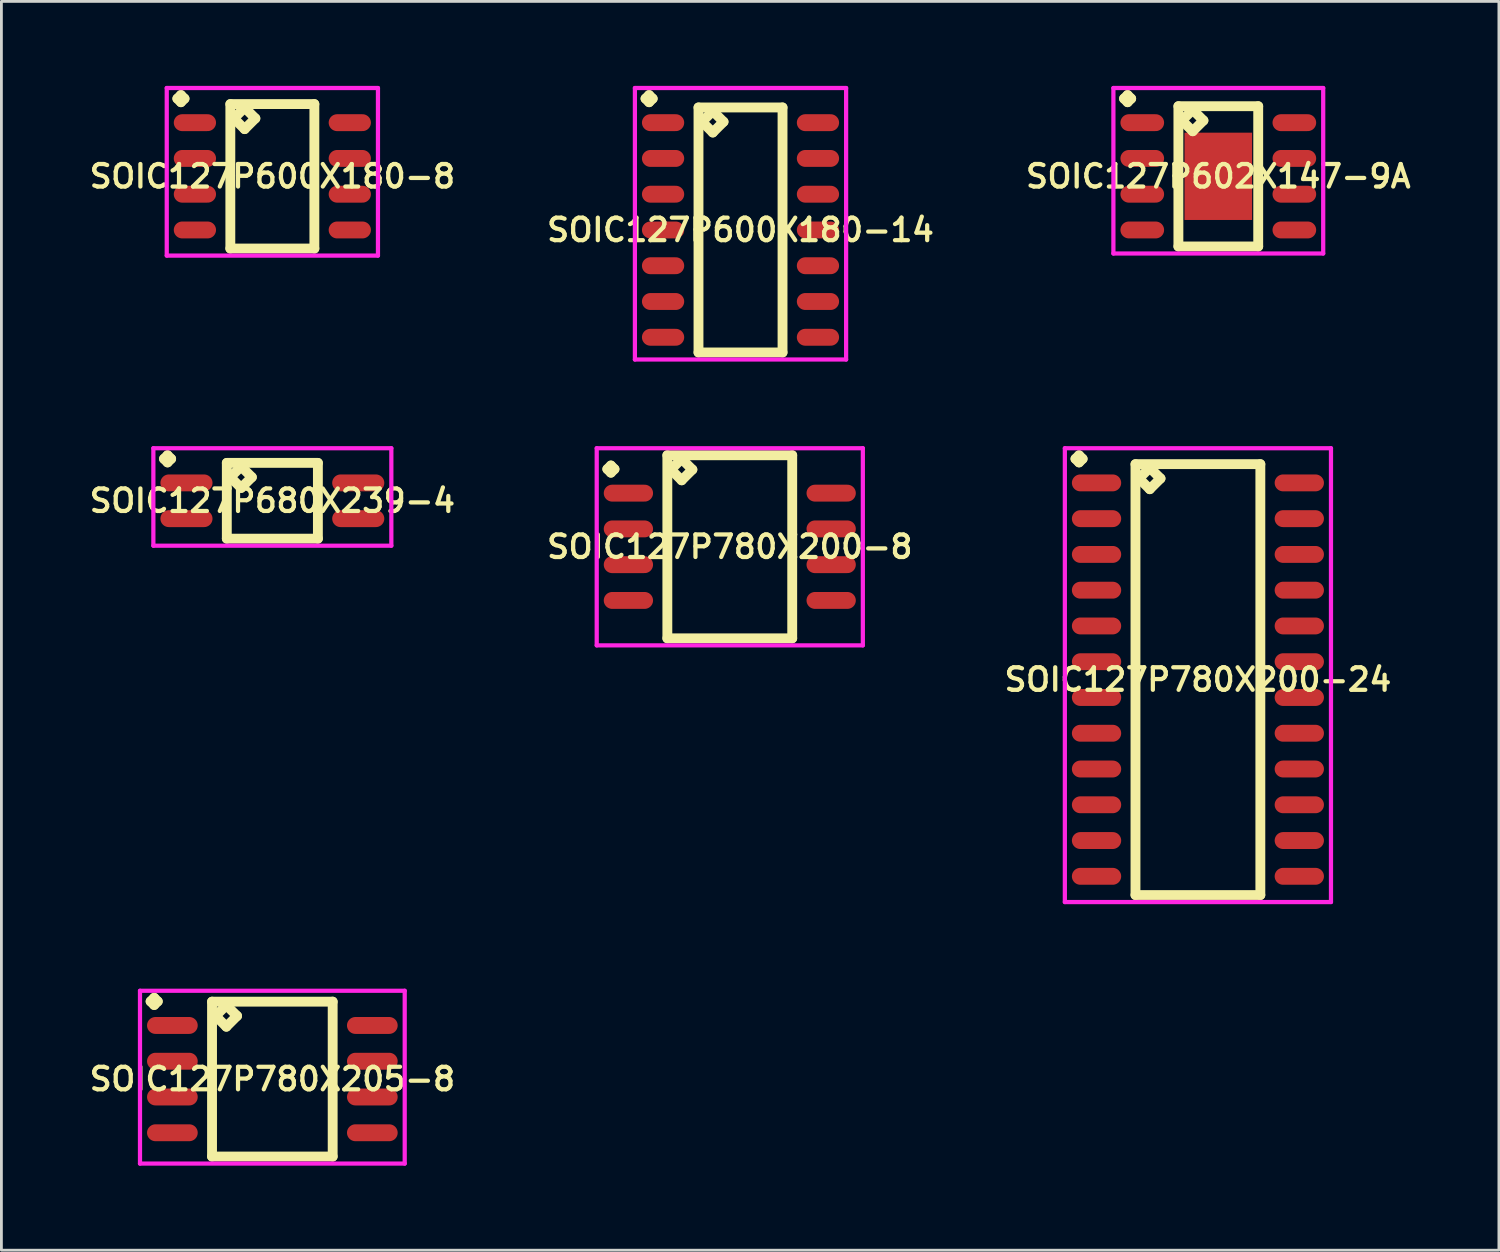
<source format=kicad_pcb>
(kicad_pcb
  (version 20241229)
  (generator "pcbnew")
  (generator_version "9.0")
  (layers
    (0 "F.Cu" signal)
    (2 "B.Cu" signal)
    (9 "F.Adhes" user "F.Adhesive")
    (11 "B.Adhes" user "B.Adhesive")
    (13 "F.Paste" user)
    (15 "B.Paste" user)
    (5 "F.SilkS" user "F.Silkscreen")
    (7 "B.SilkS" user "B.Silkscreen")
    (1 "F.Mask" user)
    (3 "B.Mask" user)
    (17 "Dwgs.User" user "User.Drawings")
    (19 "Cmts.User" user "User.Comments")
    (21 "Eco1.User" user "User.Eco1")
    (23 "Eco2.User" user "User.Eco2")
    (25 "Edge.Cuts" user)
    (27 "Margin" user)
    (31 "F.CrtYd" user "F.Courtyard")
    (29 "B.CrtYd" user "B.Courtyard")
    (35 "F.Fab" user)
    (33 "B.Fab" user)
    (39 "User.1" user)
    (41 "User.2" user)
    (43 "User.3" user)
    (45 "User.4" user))
  (footprint "SOIC127P602X147-9A"
    (layer "F.Cu")
    (at 40.211 3.211)
    (property "Reference" "SOIC127P602X147-9A" (at 0 0 0) (layer "F.SilkS") (effects (font (size 0.8 0.8) (thickness 0.15))))
    (attr smd)
    (fp_line (start -3.348 -2.759) (end -3.221 -2.886) (stroke (width 0.35) (type solid)) (layer "F.SilkS"))
    (fp_line (start -3.221 -2.886) (end -3.094 -2.759) (stroke (width 0.35) (type solid)) (layer "F.SilkS"))
    (fp_line (start -3.221 -2.632) (end -3.348 -2.759) (stroke (width 0.35) (type solid)) (layer "F.SilkS"))
    (fp_line (start -3.094 -2.759) (end -3.221 -2.632) (stroke (width 0.35) (type solid)) (layer "F.SilkS"))
    (fp_line (start -1.417 -2.49) (end -1.417 2.49) (stroke (width 0.35) (type solid)) (layer "F.SilkS"))
    (fp_line (start -1.417 2.49) (end 1.417 2.49) (stroke (width 0.35) (type solid)) (layer "F.SilkS"))
    (fp_line (start -1.29 -1.982) (end -0.909 -2.363) (stroke (width 0.35) (type solid)) (layer "F.SilkS"))
    (fp_line (start -0.909 -2.363) (end -0.528 -1.982) (stroke (width 0.35) (type solid)) (layer "F.SilkS"))
    (fp_line (start -0.909 -1.601) (end -1.29 -1.982) (stroke (width 0.35) (type solid)) (layer "F.SilkS"))
    (fp_line (start -0.528 -1.982) (end -0.909 -1.601) (stroke (width 0.35) (type solid)) (layer "F.SilkS"))
    (fp_line (start 1.417 -2.49) (end -1.417 -2.49) (stroke (width 0.35) (type solid)) (layer "F.SilkS"))
    (fp_line (start 1.417 2.49) (end 1.417 -2.49) (stroke (width 0.35) (type solid)) (layer "F.SilkS"))
    (fp_line (start -3.725 -3.136) (end 3.725 -3.136) (stroke (width 0.15) (type solid)) (layer "F.CrtYd"))
    (fp_line (start -3.725 2.74) (end -3.725 -3.136) (stroke (width 0.15) (type solid)) (layer "F.CrtYd"))
    (fp_line (start 3.725 -3.136) (end 3.725 2.74) (stroke (width 0.15) (type solid)) (layer "F.CrtYd"))
    (fp_line (start 3.725 2.74) (end -3.725 2.74) (stroke (width 0.15) (type solid)) (layer "F.CrtYd"))
    (pad "1" smd oval (at -2.7 -1.905) (size 1.55 0.6) (layers "F.Cu" "F.Mask" "F.Paste"))
    (pad "2" smd oval (at -2.7 -0.635) (size 1.55 0.6) (layers "F.Cu" "F.Mask" "F.Paste"))
    (pad "3" smd oval (at -2.7 0.635) (size 1.55 0.6) (layers "F.Cu" "F.Mask" "F.Paste"))
    (pad "4" smd oval (at -2.7 1.905) (size 1.55 0.6) (layers "F.Cu" "F.Mask" "F.Paste"))
    (pad "5" smd oval (at 2.7 1.905) (size 1.55 0.6) (layers "F.Cu" "F.Mask" "F.Paste"))
    (pad "6" smd oval (at 2.7 0.635) (size 1.55 0.6) (layers "F.Cu" "F.Mask" "F.Paste"))
    (pad "7" smd oval (at 2.7 -0.635) (size 1.55 0.6) (layers "F.Cu" "F.Mask" "F.Paste"))
    (pad "8" smd oval (at 2.7 -1.905) (size 1.55 0.6) (layers "F.Cu" "F.Mask" "F.Paste"))
    (pad "9" smd rect (at 0 0) (size 2.4 3.1) (layers "F.Cu" "F.Mask" "F.Paste")))
  (footprint "SOIC127P680X239-4"
    (layer "F.Cu")
    (at 6.621 14.732)
    (property "Reference" "SOIC127P680X239-4" (at 0 0 0) (layer "F.SilkS") (effects (font (size 0.8 0.8) (thickness 0.15))))
    (attr smd)
    (fp_line (start -3.848 -1.489) (end -3.721 -1.616) (stroke (width 0.35) (type solid)) (layer "F.SilkS"))
    (fp_line (start -3.721 -1.616) (end -3.594 -1.489) (stroke (width 0.35) (type solid)) (layer "F.SilkS"))
    (fp_line (start -3.721 -1.362) (end -3.848 -1.489) (stroke (width 0.35) (type solid)) (layer "F.SilkS"))
    (fp_line (start -3.594 -1.489) (end -3.721 -1.362) (stroke (width 0.35) (type solid)) (layer "F.SilkS"))
    (fp_line (start -1.617 -1.345) (end -1.617 1.345) (stroke (width 0.35) (type solid)) (layer "F.SilkS"))
    (fp_line (start -1.617 1.345) (end 1.617 1.345) (stroke (width 0.35) (type solid)) (layer "F.SilkS"))
    (fp_line (start -1.49 -0.837) (end -1.109 -1.218) (stroke (width 0.35) (type solid)) (layer "F.SilkS"))
    (fp_line (start -1.109 -1.218) (end -0.728 -0.837) (stroke (width 0.35) (type solid)) (layer "F.SilkS"))
    (fp_line (start -1.109 -0.456) (end -1.49 -0.837) (stroke (width 0.35) (type solid)) (layer "F.SilkS"))
    (fp_line (start -0.728 -0.837) (end -1.109 -0.456) (stroke (width 0.35) (type solid)) (layer "F.SilkS"))
    (fp_line (start 1.617 -1.345) (end -1.617 -1.345) (stroke (width 0.35) (type solid)) (layer "F.SilkS"))
    (fp_line (start 1.617 1.345) (end 1.617 -1.345) (stroke (width 0.35) (type solid)) (layer "F.SilkS"))
    (fp_line (start -4.225 -1.866) (end 4.225 -1.866) (stroke (width 0.15) (type solid)) (layer "F.CrtYd"))
    (fp_line (start -4.225 1.595) (end -4.225 -1.866) (stroke (width 0.15) (type solid)) (layer "F.CrtYd"))
    (fp_line (start 4.225 -1.866) (end 4.225 1.595) (stroke (width 0.15) (type solid)) (layer "F.CrtYd"))
    (fp_line (start 4.225 1.595) (end -4.225 1.595) (stroke (width 0.15) (type solid)) (layer "F.CrtYd"))
    (pad "1" smd oval (at -3.05 -0.635) (size 1.85 0.6) (layers "F.Cu" "F.Mask" "F.Paste"))
    (pad "2" smd oval (at -3.05 0.635) (size 1.85 0.6) (layers "F.Cu" "F.Mask" "F.Paste"))
    (pad "3" smd oval (at 3.05 0.635) (size 1.85 0.6) (layers "F.Cu" "F.Mask" "F.Paste"))
    (pad "4" smd oval (at 3.05 -0.635) (size 1.85 0.6) (layers "F.Cu" "F.Mask" "F.Paste")))
  (footprint "SOIC127P780X200-8"
    (layer "F.Cu")
    (at 22.864 16.366)
    (property "Reference" "SOIC127P780X200-8" (at 0 0 0) (layer "F.SilkS") (effects (font (size 0.8 0.8) (thickness 0.15))))
    (attr through_hole)
    (fp_line (start -4.348 -2.759) (end -4.221 -2.886) (stroke (width 0.35) (type solid)) (layer "F.SilkS"))
    (fp_line (start -4.221 -2.886) (end -4.094 -2.759) (stroke (width 0.35) (type solid)) (layer "F.SilkS"))
    (fp_line (start -4.221 -2.632) (end -4.348 -2.759) (stroke (width 0.35) (type solid)) (layer "F.SilkS"))
    (fp_line (start -4.094 -2.759) (end -4.221 -2.632) (stroke (width 0.35) (type solid)) (layer "F.SilkS"))
    (fp_line (start -2.217 -3.25) (end -2.217 3.25) (stroke (width 0.35) (type solid)) (layer "F.SilkS"))
    (fp_line (start -2.217 3.25) (end 2.217 3.25) (stroke (width 0.35) (type solid)) (layer "F.SilkS"))
    (fp_line (start -2.09 -2.742) (end -1.709 -3.123) (stroke (width 0.35) (type solid)) (layer "F.SilkS"))
    (fp_line (start -1.709 -3.123) (end -1.328 -2.742) (stroke (width 0.35) (type solid)) (layer "F.SilkS"))
    (fp_line (start -1.709 -2.361) (end -2.09 -2.742) (stroke (width 0.35) (type solid)) (layer "F.SilkS"))
    (fp_line (start -1.328 -2.742) (end -1.709 -2.361) (stroke (width 0.35) (type solid)) (layer "F.SilkS"))
    (fp_line (start 2.217 -3.25) (end -2.217 -3.25) (stroke (width 0.35) (type solid)) (layer "F.SilkS"))
    (fp_line (start 2.217 3.25) (end 2.217 -3.25) (stroke (width 0.35) (type solid)) (layer "F.SilkS"))
    (fp_line (start -4.725 -3.5) (end 4.725 -3.5) (stroke (width 0.15) (type solid)) (layer "F.CrtYd"))
    (fp_line (start -4.725 3.5) (end -4.725 -3.5) (stroke (width 0.15) (type solid)) (layer "F.CrtYd"))
    (fp_line (start 4.725 -3.5) (end 4.725 3.5) (stroke (width 0.15) (type solid)) (layer "F.CrtYd"))
    (fp_line (start 4.725 3.5) (end -4.725 3.5) (stroke (width 0.15) (type solid)) (layer "F.CrtYd"))
    (pad "1" smd oval (at -3.6 -1.905) (size 1.75 0.6) (layers "F.Cu" "F.Mask" "F.Paste"))
    (pad "2" smd oval (at -3.6 -0.635) (size 1.75 0.6) (layers "F.Cu" "F.Mask" "F.Paste"))
    (pad "3" smd oval (at -3.6 0.635) (size 1.75 0.6) (layers "F.Cu" "F.Mask" "F.Paste"))
    (pad "4" smd oval (at -3.6 1.905) (size 1.75 0.6) (layers "F.Cu" "F.Mask" "F.Paste"))
    (pad "5" smd oval (at 3.6 1.905) (size 1.75 0.6) (layers "F.Cu" "F.Mask" "F.Paste"))
    (pad "6" smd oval (at 3.6 0.635) (size 1.75 0.6) (layers "F.Cu" "F.Mask" "F.Paste"))
    (pad "7" smd oval (at 3.6 -0.635) (size 1.75 0.6) (layers "F.Cu" "F.Mask" "F.Paste"))
    (pad "8" smd oval (at 3.6 -1.905) (size 1.75 0.6) (layers "F.Cu" "F.Mask" "F.Paste")))
  (footprint "SOIC127P780X200-24"
    (layer "F.Cu")
    (at 39.487 21.082)
    (property "Reference" "SOIC127P780X200-24" (at 0 0 0) (layer "F.SilkS") (effects (font (size 0.8 0.8) (thickness 0.15))))
    (attr smd)
    (fp_line (start -4.348 -7.839) (end -4.221 -7.966) (stroke (width 0.35) (type solid)) (layer "F.SilkS"))
    (fp_line (start -4.221 -7.966) (end -4.094 -7.839) (stroke (width 0.35) (type solid)) (layer "F.SilkS"))
    (fp_line (start -4.221 -7.712) (end -4.348 -7.839) (stroke (width 0.35) (type solid)) (layer "F.SilkS"))
    (fp_line (start -4.094 -7.839) (end -4.221 -7.712) (stroke (width 0.35) (type solid)) (layer "F.SilkS"))
    (fp_line (start -2.217 -7.65) (end -2.217 7.65) (stroke (width 0.35) (type solid)) (layer "F.SilkS"))
    (fp_line (start -2.217 7.65) (end 2.217 7.65) (stroke (width 0.35) (type solid)) (layer "F.SilkS"))
    (fp_line (start -2.09 -7.142) (end -1.709 -7.523) (stroke (width 0.35) (type solid)) (layer "F.SilkS"))
    (fp_line (start -1.709 -7.523) (end -1.328 -7.142) (stroke (width 0.35) (type solid)) (layer "F.SilkS"))
    (fp_line (start -1.709 -6.761) (end -2.09 -7.142) (stroke (width 0.35) (type solid)) (layer "F.SilkS"))
    (fp_line (start -1.328 -7.142) (end -1.709 -6.761) (stroke (width 0.35) (type solid)) (layer "F.SilkS"))
    (fp_line (start 2.217 -7.65) (end -2.217 -7.65) (stroke (width 0.35) (type solid)) (layer "F.SilkS"))
    (fp_line (start 2.217 7.65) (end 2.217 -7.65) (stroke (width 0.35) (type solid)) (layer "F.SilkS"))
    (fp_line (start -4.725 -8.216) (end 4.725 -8.216) (stroke (width 0.15) (type solid)) (layer "F.CrtYd"))
    (fp_line (start -4.725 7.9) (end -4.725 -8.216) (stroke (width 0.15) (type solid)) (layer "F.CrtYd"))
    (fp_line (start 4.725 -8.216) (end 4.725 7.9) (stroke (width 0.15) (type solid)) (layer "F.CrtYd"))
    (fp_line (start 4.725 7.9) (end -4.725 7.9) (stroke (width 0.15) (type solid)) (layer "F.CrtYd"))
    (pad "1" smd oval (at -3.6 -6.985) (size 1.75 0.6) (layers "F.Cu" "F.Mask" "F.Paste"))
    (pad "2" smd oval (at -3.6 -5.715) (size 1.75 0.6) (layers "F.Cu" "F.Mask" "F.Paste"))
    (pad "3" smd oval (at -3.6 -4.445) (size 1.75 0.6) (layers "F.Cu" "F.Mask" "F.Paste"))
    (pad "4" smd oval (at -3.6 -3.175) (size 1.75 0.6) (layers "F.Cu" "F.Mask" "F.Paste"))
    (pad "5" smd oval (at -3.6 -1.905) (size 1.75 0.6) (layers "F.Cu" "F.Mask" "F.Paste"))
    (pad "6" smd oval (at -3.6 -0.635) (size 1.75 0.6) (layers "F.Cu" "F.Mask" "F.Paste"))
    (pad "7" smd oval (at -3.6 0.635) (size 1.75 0.6) (layers "F.Cu" "F.Mask" "F.Paste"))
    (pad "8" smd oval (at -3.6 1.905) (size 1.75 0.6) (layers "F.Cu" "F.Mask" "F.Paste"))
    (pad "9" smd oval (at -3.6 3.175) (size 1.75 0.6) (layers "F.Cu" "F.Mask" "F.Paste"))
    (pad "10" smd oval (at -3.6 4.445) (size 1.75 0.6) (layers "F.Cu" "F.Mask" "F.Paste"))
    (pad "11" smd oval (at -3.6 5.715) (size 1.75 0.6) (layers "F.Cu" "F.Mask" "F.Paste"))
    (pad "12" smd oval (at -3.6 6.985) (size 1.75 0.6) (layers "F.Cu" "F.Mask" "F.Paste"))
    (pad "13" smd oval (at 3.6 6.985) (size 1.75 0.6) (layers "F.Cu" "F.Mask" "F.Paste"))
    (pad "14" smd oval (at 3.6 5.715) (size 1.75 0.6) (layers "F.Cu" "F.Mask" "F.Paste"))
    (pad "15" smd oval (at 3.6 4.445) (size 1.75 0.6) (layers "F.Cu" "F.Mask" "F.Paste"))
    (pad "16" smd oval (at 3.6 3.175) (size 1.75 0.6) (layers "F.Cu" "F.Mask" "F.Paste"))
    (pad "17" smd oval (at 3.6 1.905) (size 1.75 0.6) (layers "F.Cu" "F.Mask" "F.Paste"))
    (pad "18" smd oval (at 3.6 0.635) (size 1.75 0.6) (layers "F.Cu" "F.Mask" "F.Paste"))
    (pad "19" smd oval (at 3.6 -0.635) (size 1.75 0.6) (layers "F.Cu" "F.Mask" "F.Paste"))
    (pad "20" smd oval (at 3.6 -1.905) (size 1.75 0.6) (layers "F.Cu" "F.Mask" "F.Paste"))
    (pad "21" smd oval (at 3.6 -3.175) (size 1.75 0.6) (layers "F.Cu" "F.Mask" "F.Paste"))
    (pad "22" smd oval (at 3.6 -4.445) (size 1.75 0.6) (layers "F.Cu" "F.Mask" "F.Paste"))
    (pad "23" smd oval (at 3.6 -5.715) (size 1.75 0.6) (layers "F.Cu" "F.Mask" "F.Paste"))
    (pad "24" smd oval (at 3.6 -6.985) (size 1.75 0.6) (layers "F.Cu" "F.Mask" "F.Paste")))
  (footprint "SOIC127P600X180-8"
    (layer "F.Cu")
    (at 6.621 3.211)
    (property "Reference" "SOIC127P600X180-8" (at 0 0 0) (layer "F.SilkS") (effects (font (size 0.8 0.8) (thickness 0.15))))
    (attr smd)
    (fp_line (start -3.373 -2.759) (end -3.246 -2.886) (stroke (width 0.35) (type solid)) (layer "F.SilkS"))
    (fp_line (start -3.246 -2.886) (end -3.119 -2.759) (stroke (width 0.35) (type solid)) (layer "F.SilkS"))
    (fp_line (start -3.246 -2.632) (end -3.373 -2.759) (stroke (width 0.35) (type solid)) (layer "F.SilkS"))
    (fp_line (start -3.119 -2.759) (end -3.246 -2.632) (stroke (width 0.35) (type solid)) (layer "F.SilkS"))
    (fp_line (start -1.492 -2.565) (end -1.492 2.565) (stroke (width 0.35) (type solid)) (layer "F.SilkS"))
    (fp_line (start -1.492 2.565) (end 1.492 2.565) (stroke (width 0.35) (type solid)) (layer "F.SilkS"))
    (fp_line (start -1.365 -2.057) (end -0.984 -2.438) (stroke (width 0.35) (type solid)) (layer "F.SilkS"))
    (fp_line (start -0.984 -2.438) (end -0.603 -2.057) (stroke (width 0.35) (type solid)) (layer "F.SilkS"))
    (fp_line (start -0.984 -1.676) (end -1.365 -2.057) (stroke (width 0.35) (type solid)) (layer "F.SilkS"))
    (fp_line (start -0.603 -2.057) (end -0.984 -1.676) (stroke (width 0.35) (type solid)) (layer "F.SilkS"))
    (fp_line (start 1.492 -2.565) (end -1.492 -2.565) (stroke (width 0.35) (type solid)) (layer "F.SilkS"))
    (fp_line (start 1.492 2.565) (end 1.492 -2.565) (stroke (width 0.35) (type solid)) (layer "F.SilkS"))
    (fp_line (start -3.75 -3.136) (end 3.75 -3.136) (stroke (width 0.15) (type solid)) (layer "F.CrtYd"))
    (fp_line (start -3.75 2.815) (end -3.75 -3.136) (stroke (width 0.15) (type solid)) (layer "F.CrtYd"))
    (fp_line (start 3.75 -3.136) (end 3.75 2.815) (stroke (width 0.15) (type solid)) (layer "F.CrtYd"))
    (fp_line (start 3.75 2.815) (end -3.75 2.815) (stroke (width 0.15) (type solid)) (layer "F.CrtYd"))
    (pad "1" smd oval (at -2.75 -1.905) (size 1.5 0.6) (layers "F.Cu" "F.Mask" "F.Paste"))
    (pad "2" smd oval (at -2.75 -0.635) (size 1.5 0.6) (layers "F.Cu" "F.Mask" "F.Paste"))
    (pad "3" smd oval (at -2.75 0.635) (size 1.5 0.6) (layers "F.Cu" "F.Mask" "F.Paste"))
    (pad "4" smd oval (at -2.75 1.905) (size 1.5 0.6) (layers "F.Cu" "F.Mask" "F.Paste"))
    (pad "5" smd oval (at 2.75 1.905) (size 1.5 0.6) (layers "F.Cu" "F.Mask" "F.Paste"))
    (pad "6" smd oval (at 2.75 0.635) (size 1.5 0.6) (layers "F.Cu" "F.Mask" "F.Paste"))
    (pad "7" smd oval (at 2.75 -0.635) (size 1.5 0.6) (layers "F.Cu" "F.Mask" "F.Paste"))
    (pad "8" smd oval (at 2.75 -1.905) (size 1.5 0.6) (layers "F.Cu" "F.Mask" "F.Paste")))
  (footprint "SOIC127P600X180-14"
    (layer "F.Cu")
    (at 23.245 5.116)
    (property "Reference" "SOIC127P600X180-14" (at 0 0 0) (layer "F.SilkS") (effects (font (size 0.8 0.8) (thickness 0.15))))
    (attr smd)
    (fp_line (start -3.373 -4.664) (end -3.246 -4.791) (stroke (width 0.35) (type solid)) (layer "F.SilkS"))
    (fp_line (start -3.246 -4.791) (end -3.119 -4.664) (stroke (width 0.35) (type solid)) (layer "F.SilkS"))
    (fp_line (start -3.246 -4.537) (end -3.373 -4.664) (stroke (width 0.35) (type solid)) (layer "F.SilkS"))
    (fp_line (start -3.119 -4.664) (end -3.246 -4.537) (stroke (width 0.35) (type solid)) (layer "F.SilkS"))
    (fp_line (start -1.492 -4.35) (end -1.492 4.35) (stroke (width 0.35) (type solid)) (layer "F.SilkS"))
    (fp_line (start -1.492 4.35) (end 1.492 4.35) (stroke (width 0.35) (type solid)) (layer "F.SilkS"))
    (fp_line (start -1.365 -3.842) (end -0.984 -4.223) (stroke (width 0.35) (type solid)) (layer "F.SilkS"))
    (fp_line (start -0.984 -4.223) (end -0.603 -3.842) (stroke (width 0.35) (type solid)) (layer "F.SilkS"))
    (fp_line (start -0.984 -3.461) (end -1.365 -3.842) (stroke (width 0.35) (type solid)) (layer "F.SilkS"))
    (fp_line (start -0.603 -3.842) (end -0.984 -3.461) (stroke (width 0.35) (type solid)) (layer "F.SilkS"))
    (fp_line (start 1.492 -4.35) (end -1.492 -4.35) (stroke (width 0.35) (type solid)) (layer "F.SilkS"))
    (fp_line (start 1.492 4.35) (end 1.492 -4.35) (stroke (width 0.35) (type solid)) (layer "F.SilkS"))
    (fp_line (start -3.75 -5.041) (end 3.75 -5.041) (stroke (width 0.15) (type solid)) (layer "F.CrtYd"))
    (fp_line (start -3.75 4.6) (end -3.75 -5.041) (stroke (width 0.15) (type solid)) (layer "F.CrtYd"))
    (fp_line (start 3.75 -5.041) (end 3.75 4.6) (stroke (width 0.15) (type solid)) (layer "F.CrtYd"))
    (fp_line (start 3.75 4.6) (end -3.75 4.6) (stroke (width 0.15) (type solid)) (layer "F.CrtYd"))
    (pad "1" smd oval (at -2.75 -3.81) (size 1.5 0.6) (layers "F.Cu" "F.Mask" "F.Paste"))
    (pad "2" smd oval (at -2.75 -2.54) (size 1.5 0.6) (layers "F.Cu" "F.Mask" "F.Paste"))
    (pad "3" smd oval (at -2.75 -1.27) (size 1.5 0.6) (layers "F.Cu" "F.Mask" "F.Paste"))
    (pad "4" smd oval (at -2.75 0) (size 1.5 0.6) (layers "F.Cu" "F.Mask" "F.Paste"))
    (pad "5" smd oval (at -2.75 1.27) (size 1.5 0.6) (layers "F.Cu" "F.Mask" "F.Paste"))
    (pad "6" smd oval (at -2.75 2.54) (size 1.5 0.6) (layers "F.Cu" "F.Mask" "F.Paste"))
    (pad "7" smd oval (at -2.75 3.81) (size 1.5 0.6) (layers "F.Cu" "F.Mask" "F.Paste"))
    (pad "8" smd oval (at 2.75 3.81) (size 1.5 0.6) (layers "F.Cu" "F.Mask" "F.Paste"))
    (pad "9" smd oval (at 2.75 2.54) (size 1.5 0.6) (layers "F.Cu" "F.Mask" "F.Paste"))
    (pad "10" smd oval (at 2.75 1.27) (size 1.5 0.6) (layers "F.Cu" "F.Mask" "F.Paste"))
    (pad "11" smd oval (at 2.75 0) (size 1.5 0.6) (layers "F.Cu" "F.Mask" "F.Paste"))
    (pad "12" smd oval (at 2.75 -1.27) (size 1.5 0.6) (layers "F.Cu" "F.Mask" "F.Paste"))
    (pad "13" smd oval (at 2.75 -2.54) (size 1.5 0.6) (layers "F.Cu" "F.Mask" "F.Paste"))
    (pad "14" smd oval (at 2.75 -3.81) (size 1.5 0.6) (layers "F.Cu" "F.Mask" "F.Paste")))
  (footprint "SOIC127P780X205-8"
    (layer "F.Cu")
    (at 6.621 35.268)
    (property "Reference" "SOIC127P780X205-8" (at 0 0 0) (layer "F.SilkS") (effects (font (size 0.8 0.8) (thickness 0.15))))
    (attr through_hole)
    (fp_line (start -4.323 -2.759) (end -4.196 -2.886) (stroke (width 0.35) (type solid)) (layer "F.SilkS"))
    (fp_line (start -4.196 -2.886) (end -4.069 -2.759) (stroke (width 0.35) (type solid)) (layer "F.SilkS"))
    (fp_line (start -4.196 -2.632) (end -4.323 -2.759) (stroke (width 0.35) (type solid)) (layer "F.SilkS"))
    (fp_line (start -4.069 -2.759) (end -4.196 -2.632) (stroke (width 0.35) (type solid)) (layer "F.SilkS"))
    (fp_line (start -2.142 -2.75) (end -2.142 2.75) (stroke (width 0.35) (type solid)) (layer "F.SilkS"))
    (fp_line (start -2.142 2.75) (end 2.142 2.75) (stroke (width 0.35) (type solid)) (layer "F.SilkS"))
    (fp_line (start -2.015 -2.242) (end -1.634 -2.623) (stroke (width 0.35) (type solid)) (layer "F.SilkS"))
    (fp_line (start -1.634 -2.623) (end -1.253 -2.242) (stroke (width 0.35) (type solid)) (layer "F.SilkS"))
    (fp_line (start -1.634 -1.861) (end -2.015 -2.242) (stroke (width 0.35) (type solid)) (layer "F.SilkS"))
    (fp_line (start -1.253 -2.242) (end -1.634 -1.861) (stroke (width 0.35) (type solid)) (layer "F.SilkS"))
    (fp_line (start 2.142 -2.75) (end -2.142 -2.75) (stroke (width 0.35) (type solid)) (layer "F.SilkS"))
    (fp_line (start 2.142 2.75) (end 2.142 -2.75) (stroke (width 0.35) (type solid)) (layer "F.SilkS"))
    (fp_line (start -4.7 -3.136) (end 4.7 -3.136) (stroke (width 0.15) (type solid)) (layer "F.CrtYd"))
    (fp_line (start -4.7 3) (end -4.7 -3.136) (stroke (width 0.15) (type solid)) (layer "F.CrtYd"))
    (fp_line (start 4.7 -3.136) (end 4.7 3) (stroke (width 0.15) (type solid)) (layer "F.CrtYd"))
    (fp_line (start 4.7 3) (end -4.7 3) (stroke (width 0.15) (type solid)) (layer "F.CrtYd"))
    (pad "1" smd oval (at -3.55 -1.905) (size 1.8 0.6) (layers "F.Cu" "F.Mask" "F.Paste"))
    (pad "2" smd oval (at -3.55 -0.635) (size 1.8 0.6) (layers "F.Cu" "F.Mask" "F.Paste"))
    (pad "3" smd oval (at -3.55 0.635) (size 1.8 0.6) (layers "F.Cu" "F.Mask" "F.Paste"))
    (pad "4" smd oval (at -3.55 1.905) (size 1.8 0.6) (layers "F.Cu" "F.Mask" "F.Paste"))
    (pad "5" smd oval (at 3.55 1.905) (size 1.8 0.6) (layers "F.Cu" "F.Mask" "F.Paste"))
    (pad "6" smd oval (at 3.55 0.635) (size 1.8 0.6) (layers "F.Cu" "F.Mask" "F.Paste"))
    (pad "7" smd oval (at 3.55 -0.635) (size 1.8 0.6) (layers "F.Cu" "F.Mask" "F.Paste"))
    (pad "8" smd oval (at 3.55 -1.905) (size 1.8 0.6) (layers "F.Cu" "F.Mask" "F.Paste")))
  (gr_rect
    (start -3 -3)
    (end 50.175 41.343)
    (stroke (width 0.1) (type default))
    (fill no)
    (layer "Edge.Cuts")))
</source>
